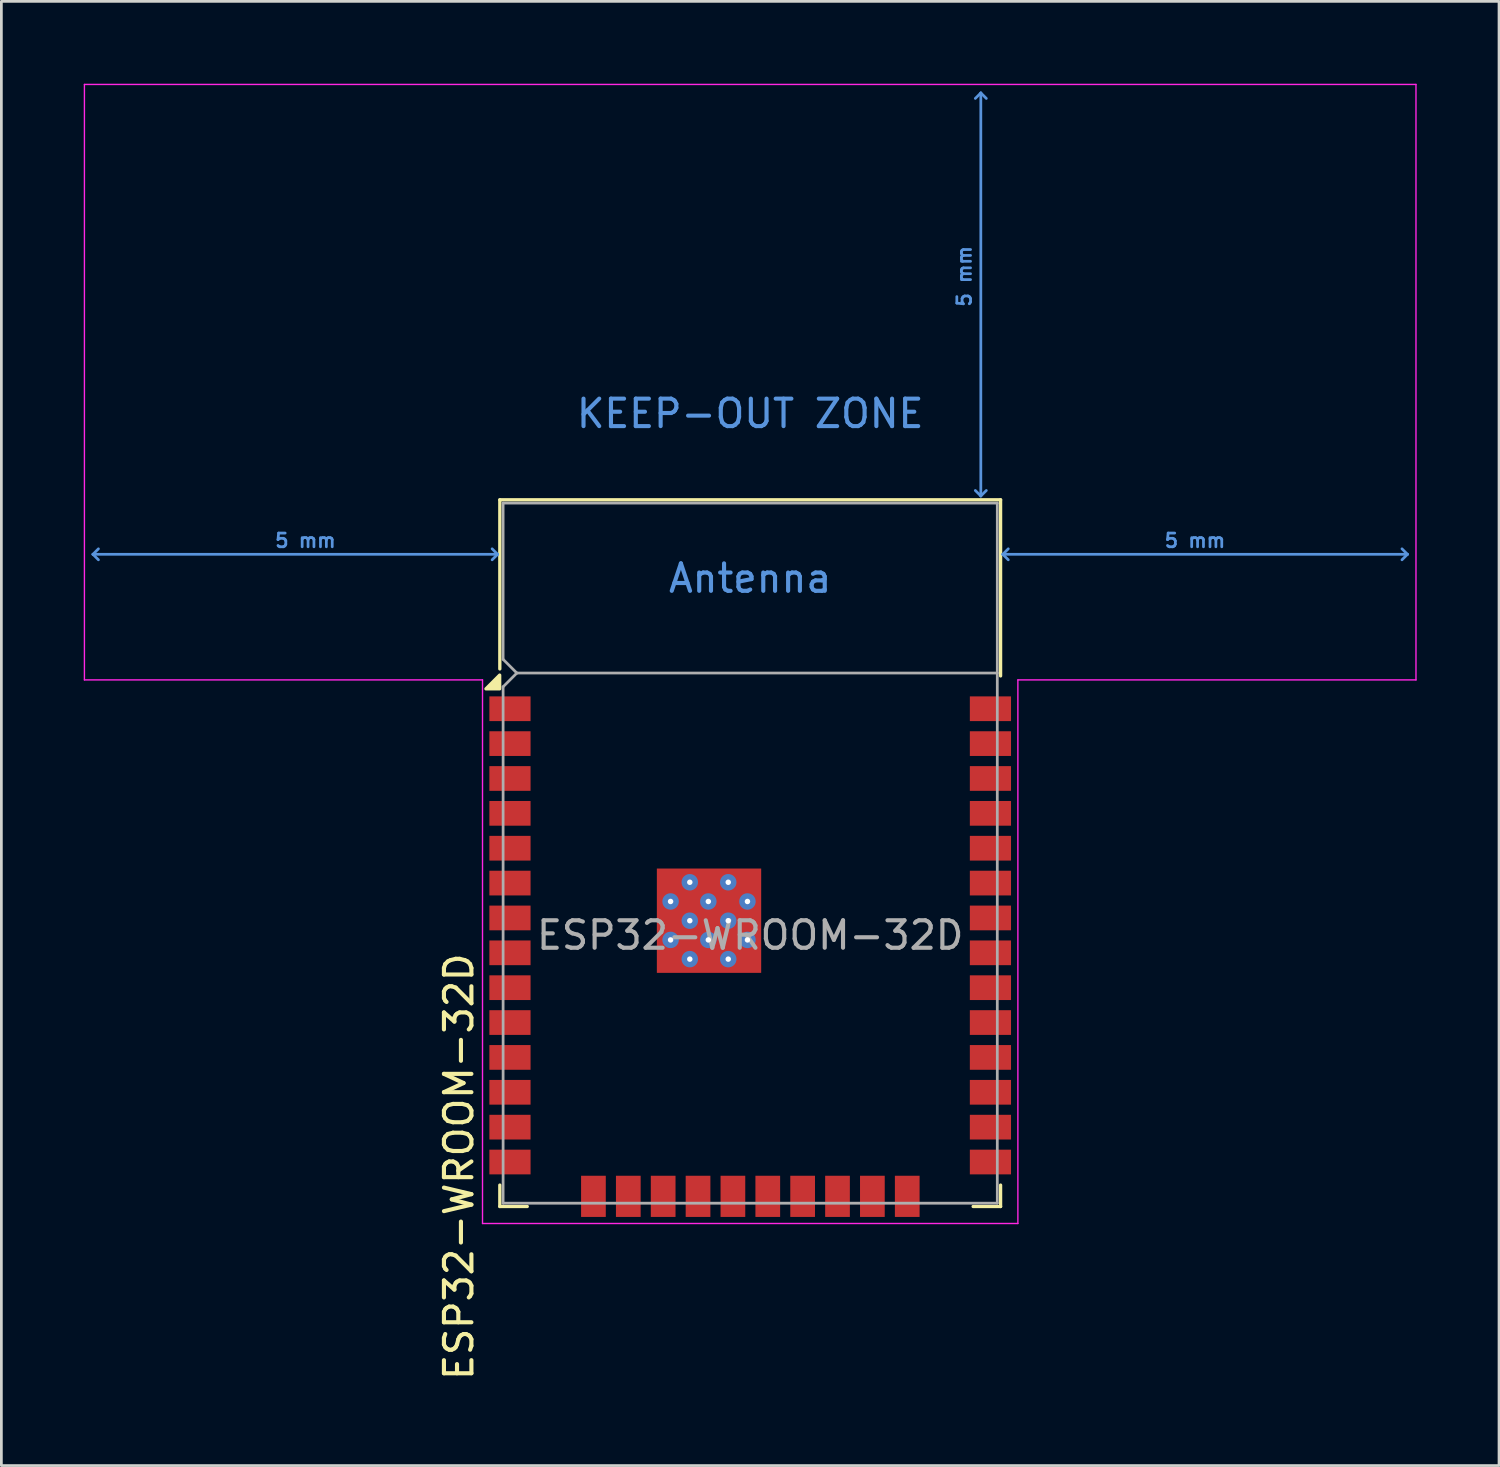
<source format=kicad_pcb>
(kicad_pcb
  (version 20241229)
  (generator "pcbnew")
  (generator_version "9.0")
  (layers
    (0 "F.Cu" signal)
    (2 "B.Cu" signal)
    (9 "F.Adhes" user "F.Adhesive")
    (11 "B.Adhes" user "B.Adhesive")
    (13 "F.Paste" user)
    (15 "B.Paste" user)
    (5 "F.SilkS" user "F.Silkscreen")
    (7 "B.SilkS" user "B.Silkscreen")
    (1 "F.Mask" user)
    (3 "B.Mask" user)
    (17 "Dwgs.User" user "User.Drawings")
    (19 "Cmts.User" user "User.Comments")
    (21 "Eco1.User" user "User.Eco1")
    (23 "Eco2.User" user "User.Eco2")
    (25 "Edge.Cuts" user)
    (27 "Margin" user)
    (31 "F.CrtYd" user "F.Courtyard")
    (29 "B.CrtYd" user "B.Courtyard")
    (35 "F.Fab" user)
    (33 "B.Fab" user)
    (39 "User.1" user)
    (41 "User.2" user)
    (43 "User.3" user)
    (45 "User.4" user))
  (footprint "ESP32-WROOM-32D"
    (layer "F.Cu")
    (at 24.275 31.015)
    (property "Reference" "ESP32-WROOM-32D" (at -10.61 8.43 90) (layer "F.SilkS") (effects (font (size 1 1) (thickness 0.15))))
    (attr smd)
    (fp_line (start -9.12 -15.86) (end -9.12 -9.7) (stroke (width 0.12) (type solid)) (layer "F.SilkS"))
    (fp_line (start -9.12 -15.86) (end 9.12 -15.86) (stroke (width 0.12) (type solid)) (layer "F.SilkS"))
    (fp_line (start -9.12 9.1) (end -9.12 9.88) (stroke (width 0.12) (type solid)) (layer "F.SilkS"))
    (fp_line (start -9.12 9.88) (end -8.12 9.88) (stroke (width 0.12) (type solid)) (layer "F.SilkS"))
    (fp_line (start 9.12 -15.86) (end 9.12 -9.445) (stroke (width 0.12) (type solid)) (layer "F.SilkS"))
    (fp_line (start 9.12 9.1) (end 9.12 9.88) (stroke (width 0.12) (type solid)) (layer "F.SilkS"))
    (fp_line (start 9.12 9.88) (end 8.12 9.88) (stroke (width 0.12) (type solid)) (layer "F.SilkS"))
    (fp_poly (pts (xy -9.125 -8.975) (xy -9.625 -8.975) (xy -9.125 -9.475) (xy -9.125 -8.975)) (stroke (width 0.12) (type solid)) (fill yes) (layer "F.SilkS"))
    (fp_line (start -23.94 -13.875) (end -23.74 -14.075) (stroke (width 0.1) (type solid)) (layer "Cmts.User"))
    (fp_line (start -23.94 -13.875) (end -23.74 -13.675) (stroke (width 0.1) (type solid)) (layer "Cmts.User"))
    (fp_line (start -23.94 -13.875) (end -9.2 -13.875) (stroke (width 0.1) (type solid)) (layer "Cmts.User"))
    (fp_line (start -9.2 -13.875) (end -9.4 -14.075) (stroke (width 0.1) (type solid)) (layer "Cmts.User"))
    (fp_line (start -9.2 -13.875) (end -9.4 -13.675) (stroke (width 0.1) (type solid)) (layer "Cmts.User"))
    (fp_line (start 8.4 -30.68) (end 8.2 -30.48) (stroke (width 0.1) (type solid)) (layer "Cmts.User"))
    (fp_line (start 8.4 -30.68) (end 8.6 -30.48) (stroke (width 0.1) (type solid)) (layer "Cmts.User"))
    (fp_line (start 8.4 -16) (end 8.2 -16.2) (stroke (width 0.1) (type solid)) (layer "Cmts.User"))
    (fp_line (start 8.4 -16) (end 8.4 -30.68) (stroke (width 0.1) (type solid)) (layer "Cmts.User"))
    (fp_line (start 8.4 -16) (end 8.6 -16.2) (stroke (width 0.1) (type solid)) (layer "Cmts.User"))
    (fp_line (start 9.2 -13.875) (end 9.4 -14.075) (stroke (width 0.1) (type solid)) (layer "Cmts.User"))
    (fp_line (start 9.2 -13.875) (end 9.4 -13.675) (stroke (width 0.1) (type solid)) (layer "Cmts.User"))
    (fp_line (start 9.2 -13.875) (end 23.94 -13.875) (stroke (width 0.1) (type solid)) (layer "Cmts.User"))
    (fp_line (start 23.94 -13.875) (end 23.74 -14.075) (stroke (width 0.1) (type solid)) (layer "Cmts.User"))
    (fp_line (start 23.94 -13.875) (end 23.74 -13.675) (stroke (width 0.1) (type solid)) (layer "Cmts.User"))
    (fp_line (start -24.25 -30.99) (end -24.25 -9.3) (stroke (width 0.05) (type solid)) (layer "F.CrtYd"))
    (fp_line (start -24.25 -30.99) (end 24.25 -30.99) (stroke (width 0.05) (type solid)) (layer "F.CrtYd"))
    (fp_line (start -24.25 -9.3) (end -9.75 -9.3) (stroke (width 0.05) (type solid)) (layer "F.CrtYd"))
    (fp_line (start -9.75 10.5) (end -9.75 -9.3) (stroke (width 0.05) (type solid)) (layer "F.CrtYd"))
    (fp_line (start -9.75 10.5) (end 9.75 10.5) (stroke (width 0.05) (type solid)) (layer "F.CrtYd"))
    (fp_line (start 9.75 -9.3) (end 9.75 10.5) (stroke (width 0.05) (type solid)) (layer "F.CrtYd"))
    (fp_line (start 9.75 -9.3) (end 24.25 -9.3) (stroke (width 0.05) (type solid)) (layer "F.CrtYd"))
    (fp_line (start 24.25 -30.99) (end 24.25 -9.3) (stroke (width 0.05) (type solid)) (layer "F.CrtYd"))
    (fp_line (start -9 -15.74) (end -9 -10.05) (stroke (width 0.1) (type solid)) (layer "F.Fab"))
    (fp_line (start -9 -15.74) (end 9 -15.74) (stroke (width 0.1) (type solid)) (layer "F.Fab"))
    (fp_line (start -9 -9.05) (end -9 9.76) (stroke (width 0.1) (type solid)) (layer "F.Fab"))
    (fp_line (start -9 -9.05) (end -8.5 -9.55) (stroke (width 0.1) (type solid)) (layer "F.Fab"))
    (fp_line (start -9 9.76) (end 9 9.76) (stroke (width 0.1) (type solid)) (layer "F.Fab"))
    (fp_line (start -8.5 -9.55) (end -9 -10.05) (stroke (width 0.1) (type solid)) (layer "F.Fab"))
    (fp_line (start -8.5 -9.55) (end 9 -9.55) (stroke (width 0.1) (type solid)) (layer "F.Fab"))
    (fp_line (start 9 9.76) (end 9 -15.74) (stroke (width 0.1) (type solid)) (layer "F.Fab"))
    (fp_text user "5 mm" (at 16.2 -14.375 0) (layer "Cmts.User") (effects (font (size 0.5 0.5) (thickness 0.1))))
    (fp_text user "5 mm" (at 7.8 -24 90) (layer "Cmts.User") (effects (font (size 0.5 0.5) (thickness 0.1))))
    (fp_text user "KEEP-OUT ZONE" (at 0 -19 0) (layer "Cmts.User") (effects (font (size 1 1) (thickness 0.15))))
    (fp_text user "5 mm" (at -16.2 -14.375 0) (layer "Cmts.User") (effects (font (size 0.5 0.5) (thickness 0.1))))
    (fp_text user "Antenna" (at 0 -13 0) (layer "Cmts.User") (effects (font (size 1 1) (thickness 0.15))))
    (fp_text user "${REFERENCE}" (at 0 0 0) (layer "F.Fab") (effects (font (size 1 1) (thickness 0.15))))
    (pad "1" smd rect (at -8.75 -8.25) (size 1.5 0.9) (layers "F.Cu" "F.Mask" "F.Paste"))
    (pad "2" smd rect (at -8.75 -6.98) (size 1.5 0.9) (layers "F.Cu" "F.Mask" "F.Paste"))
    (pad "3" smd rect (at -8.75 -5.71) (size 1.5 0.9) (layers "F.Cu" "F.Mask" "F.Paste"))
    (pad "4" smd rect (at -8.75 -4.44) (size 1.5 0.9) (layers "F.Cu" "F.Mask" "F.Paste"))
    (pad "5" smd rect (at -8.75 -3.17) (size 1.5 0.9) (layers "F.Cu" "F.Mask" "F.Paste"))
    (pad "6" smd rect (at -8.75 -1.9) (size 1.5 0.9) (layers "F.Cu" "F.Mask" "F.Paste"))
    (pad "7" smd rect (at -8.75 -0.63) (size 1.5 0.9) (layers "F.Cu" "F.Mask" "F.Paste"))
    (pad "8" smd rect (at -8.75 0.64) (size 1.5 0.9) (layers "F.Cu" "F.Mask" "F.Paste"))
    (pad "9" smd rect (at -8.75 1.91) (size 1.5 0.9) (layers "F.Cu" "F.Mask" "F.Paste"))
    (pad "10" smd rect (at -8.75 3.18) (size 1.5 0.9) (layers "F.Cu" "F.Mask" "F.Paste"))
    (pad "11" smd rect (at -8.75 4.45) (size 1.5 0.9) (layers "F.Cu" "F.Mask" "F.Paste"))
    (pad "12" smd rect (at -8.75 5.72) (size 1.5 0.9) (layers "F.Cu" "F.Mask" "F.Paste"))
    (pad "13" smd rect (at -8.75 6.99) (size 1.5 0.9) (layers "F.Cu" "F.Mask" "F.Paste"))
    (pad "14" smd rect (at -8.75 8.26) (size 1.5 0.9) (layers "F.Cu" "F.Mask" "F.Paste"))
    (pad "15" smd rect (at -5.71 9.51 90) (size 1.5 0.9) (layers "F.Cu" "F.Mask" "F.Paste"))
    (pad "16" smd rect (at -4.44 9.51 90) (size 1.5 0.9) (layers "F.Cu" "F.Mask" "F.Paste"))
    (pad "17" smd rect (at -3.17 9.51 90) (size 1.5 0.9) (layers "F.Cu" "F.Mask" "F.Paste"))
    (pad "18" smd rect (at -1.9 9.51 90) (size 1.5 0.9) (layers "F.Cu" "F.Mask" "F.Paste"))
    (pad "19" smd rect (at -0.63 9.51 90) (size 1.5 0.9) (layers "F.Cu" "F.Mask" "F.Paste"))
    (pad "20" smd rect (at 0.64 9.51 90) (size 1.5 0.9) (layers "F.Cu" "F.Mask" "F.Paste"))
    (pad "21" smd rect (at 1.91 9.51 90) (size 1.5 0.9) (layers "F.Cu" "F.Mask" "F.Paste"))
    (pad "22" smd rect (at 3.18 9.51 90) (size 1.5 0.9) (layers "F.Cu" "F.Mask" "F.Paste"))
    (pad "23" smd rect (at 4.45 9.51 90) (size 1.5 0.9) (layers "F.Cu" "F.Mask" "F.Paste"))
    (pad "24" smd rect (at 5.72 9.51 90) (size 1.5 0.9) (layers "F.Cu" "F.Mask" "F.Paste"))
    (pad "25" smd rect (at 8.75 8.26) (size 1.5 0.9) (layers "F.Cu" "F.Mask" "F.Paste"))
    (pad "26" smd rect (at 8.75 6.99) (size 1.5 0.9) (layers "F.Cu" "F.Mask" "F.Paste"))
    (pad "27" smd rect (at 8.75 5.72) (size 1.5 0.9) (layers "F.Cu" "F.Mask" "F.Paste"))
    (pad "28" smd rect (at 8.75 4.45) (size 1.5 0.9) (layers "F.Cu" "F.Mask" "F.Paste"))
    (pad "29" smd rect (at 8.75 3.18) (size 1.5 0.9) (layers "F.Cu" "F.Mask" "F.Paste"))
    (pad "30" smd rect (at 8.75 1.91) (size 1.5 0.9) (layers "F.Cu" "F.Mask" "F.Paste"))
    (pad "31" smd rect (at 8.75 0.64) (size 1.5 0.9) (layers "F.Cu" "F.Mask" "F.Paste"))
    (pad "32" smd rect (at 8.75 -0.63) (size 1.5 0.9) (layers "F.Cu" "F.Mask" "F.Paste"))
    (pad "33" smd rect (at 8.75 -1.9) (size 1.5 0.9) (layers "F.Cu" "F.Mask" "F.Paste"))
    (pad "34" smd rect (at 8.75 -3.17) (size 1.5 0.9) (layers "F.Cu" "F.Mask" "F.Paste"))
    (pad "35" smd rect (at 8.75 -4.44) (size 1.5 0.9) (layers "F.Cu" "F.Mask" "F.Paste"))
    (pad "36" smd rect (at 8.75 -5.71) (size 1.5 0.9) (layers "F.Cu" "F.Mask" "F.Paste"))
    (pad "37" smd rect (at 8.75 -6.98) (size 1.5 0.9) (layers "F.Cu" "F.Mask" "F.Paste"))
    (pad "38" smd rect (at 8.75 -8.25) (size 1.5 0.9) (layers "F.Cu" "F.Mask" "F.Paste"))
    (pad "39" smd rect (at -2.9 -1.93) (size 0.9 0.9) (layers "F.Cu" "F.Paste"))
    (pad "39" thru_hole circle (at -2.9 -1.23) (size 0.6 0.6) (drill 0.2) (property pad_prop_heatsink) (layers "*.Cu" "F.Mask"))
    (pad "39" smd rect (at -2.9 -0.53) (size 0.9 0.9) (layers "F.Cu" "F.Paste"))
    (pad "39" thru_hole circle (at -2.9 0.17) (size 0.6 0.6) (drill 0.2) (property pad_prop_heatsink) (layers "*.Cu" "F.Mask"))
    (pad "39" smd rect (at -2.9 0.87) (size 0.9 0.9) (layers "F.Cu" "F.Paste"))
    (pad "39" thru_hole circle (at -2.2 -1.93) (size 0.6 0.6) (drill 0.2) (property pad_prop_heatsink) (layers "*.Cu" "F.Mask"))
    (pad "39" thru_hole circle (at -2.2 -0.53) (size 0.6 0.6) (drill 0.2) (property pad_prop_heatsink) (layers "*.Cu" "F.Mask"))
    (pad "39" thru_hole circle (at -2.2 0.87) (size 0.6 0.6) (drill 0.2) (property pad_prop_heatsink) (layers "*.Cu" "F.Mask"))
    (pad "39" thru_hole circle (at -1.525 -1.23) (size 0.6 0.6) (drill 0.2) (property pad_prop_heatsink) (layers "*.Cu" "F.Mask"))
    (pad "39" thru_hole circle (at -1.525 0.17) (size 0.6 0.6) (drill 0.2) (property pad_prop_heatsink) (layers "*.Cu" "F.Mask"))
    (pad "39" smd rect (at -1.5 -1.93) (size 0.9 0.9) (layers "F.Cu" "F.Paste"))
    (pad "39" smd rect (at -1.5 -0.53) (size 0.9 0.9) (layers "F.Cu" "F.Paste"))
    (pad "39" smd rect (at -1.5 -0.53) (size 3.8 3.8) (layers "F.Cu" "F.Mask"))
    (pad "39" smd rect (at -1.5 0.87) (size 0.9 0.9) (layers "F.Cu" "F.Paste"))
    (pad "39" thru_hole circle (at -0.8 -1.93) (size 0.6 0.6) (drill 0.2) (property pad_prop_heatsink) (layers "*.Cu" "F.Mask"))
    (pad "39" thru_hole circle (at -0.8 -0.53) (size 0.6 0.6) (drill 0.2) (property pad_prop_heatsink) (layers "*.Cu" "F.Mask"))
    (pad "39" thru_hole circle (at -0.8 0.87) (size 0.6 0.6) (drill 0.2) (property pad_prop_heatsink) (layers "*.Cu" "F.Mask"))
    (pad "39" smd rect (at -0.1 -1.93) (size 0.9 0.9) (layers "F.Cu" "F.Paste"))
    (pad "39" thru_hole circle (at -0.1 -1.23) (size 0.6 0.6) (drill 0.2) (property pad_prop_heatsink) (layers "*.Cu" "F.Mask"))
    (pad "39" smd rect (at -0.1 -0.53) (size 0.9 0.9) (layers "F.Cu" "F.Paste"))
    (pad "39" thru_hole circle (at -0.1 0.17) (size 0.6 0.6) (drill 0.2) (property pad_prop_heatsink) (layers "*.Cu" "F.Mask"))
    (pad "39" smd rect (at -0.1 0.87) (size 0.9 0.9) (layers "F.Cu" "F.Paste"))
    (zone (net_name "") (layers "F.Cu" "B.Cu") (hatch full 0.508) (connect_pads) (min_thickness 0.254) (filled_areas_thickness no) (keepout (tracks not_allowed) (vias not_allowed) (pads not_allowed) (copperpour not_allowed) (footprints not_allowed)) (placement (enabled no)) (fill) (polygon (pts (xy 0.275 21.465) (xy 48.275 21.465) (xy 48.275 0.275) (xy 0.275 0.275)))))
  (gr_rect
    (start -3 -3)
    (end 51.55 50.332)
    (stroke (width 0.1) (type default))
    (fill no)
    (layer "Edge.Cuts")))
</source>
